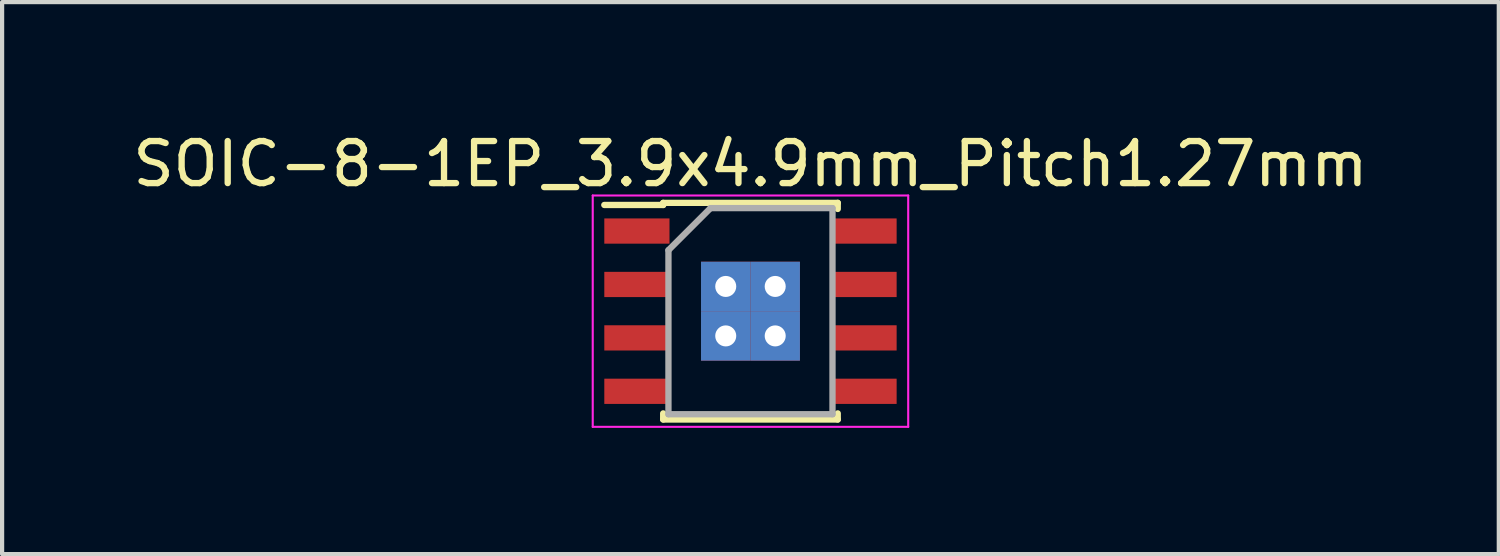
<source format=kicad_pcb>
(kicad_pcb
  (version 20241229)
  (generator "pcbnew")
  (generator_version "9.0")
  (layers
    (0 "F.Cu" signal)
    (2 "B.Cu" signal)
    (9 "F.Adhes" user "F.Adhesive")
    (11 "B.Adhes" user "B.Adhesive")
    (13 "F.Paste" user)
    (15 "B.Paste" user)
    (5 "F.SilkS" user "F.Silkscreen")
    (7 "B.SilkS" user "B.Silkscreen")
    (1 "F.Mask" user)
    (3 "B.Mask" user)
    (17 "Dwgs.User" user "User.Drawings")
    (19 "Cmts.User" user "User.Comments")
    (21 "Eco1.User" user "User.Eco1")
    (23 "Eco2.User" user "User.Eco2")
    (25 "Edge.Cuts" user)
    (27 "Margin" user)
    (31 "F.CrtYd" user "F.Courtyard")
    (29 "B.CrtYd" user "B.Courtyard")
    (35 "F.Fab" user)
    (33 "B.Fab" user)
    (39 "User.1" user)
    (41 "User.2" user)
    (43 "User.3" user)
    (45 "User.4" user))
  (footprint "SOIC-8-1EP_3.9x4.9mm_Pitch1.27mm"
    (layer "F.Cu")
    (at 14.792 4.348)
    (property "Reference" "SOIC-8-1EP_3.9x4.9mm_Pitch1.27mm" (at 0 -3.5 0) (layer "F.SilkS") (effects (font (size 1 1) (thickness 0.15))))
    (attr smd)
    (fp_line (start -2.075 -2.575) (end -2.075 -2.525) (stroke (width 0.15) (type solid)) (layer "F.SilkS"))
    (fp_line (start -2.075 -2.575) (end 2.075 -2.575) (stroke (width 0.15) (type solid)) (layer "F.SilkS"))
    (fp_line (start -2.075 -2.525) (end -3.475 -2.525) (stroke (width 0.15) (type solid)) (layer "F.SilkS"))
    (fp_line (start -2.075 2.575) (end -2.075 2.43) (stroke (width 0.15) (type solid)) (layer "F.SilkS"))
    (fp_line (start -2.075 2.575) (end 2.075 2.575) (stroke (width 0.15) (type solid)) (layer "F.SilkS"))
    (fp_line (start 2.075 -2.575) (end 2.075 -2.43) (stroke (width 0.15) (type solid)) (layer "F.SilkS"))
    (fp_line (start 2.075 2.575) (end 2.075 2.43) (stroke (width 0.15) (type solid)) (layer "F.SilkS"))
    (fp_line (start -3.75 -2.75) (end -3.75 2.75) (stroke (width 0.05) (type solid)) (layer "F.CrtYd"))
    (fp_line (start -3.75 -2.75) (end 3.75 -2.75) (stroke (width 0.05) (type solid)) (layer "F.CrtYd"))
    (fp_line (start -3.75 2.75) (end 3.75 2.75) (stroke (width 0.05) (type solid)) (layer "F.CrtYd"))
    (fp_line (start 3.75 -2.75) (end 3.75 2.75) (stroke (width 0.05) (type solid)) (layer "F.CrtYd"))
    (fp_line (start -1.95 -1.45) (end -0.95 -2.45) (stroke (width 0.15) (type solid)) (layer "F.Fab"))
    (fp_line (start -1.95 2.45) (end -1.95 -1.45) (stroke (width 0.15) (type solid)) (layer "F.Fab"))
    (fp_line (start -0.95 -2.45) (end 1.95 -2.45) (stroke (width 0.15) (type solid)) (layer "F.Fab"))
    (fp_line (start 1.95 -2.45) (end 1.95 2.45) (stroke (width 0.15) (type solid)) (layer "F.Fab"))
    (fp_line (start 1.95 2.45) (end -1.95 2.45) (stroke (width 0.15) (type solid)) (layer "F.Fab"))
    (pad "1" smd rect (at -2.7 -1.905) (size 1.55 0.6) (layers "F.Cu" "F.Mask" "F.Paste"))
    (pad "2" smd rect (at -2.7 -0.635) (size 1.55 0.6) (layers "F.Cu" "F.Mask" "F.Paste"))
    (pad "3" smd rect (at -2.7 0.635) (size 1.55 0.6) (layers "F.Cu" "F.Mask" "F.Paste"))
    (pad "4" smd rect (at -2.7 1.905) (size 1.55 0.6) (layers "F.Cu" "F.Mask" "F.Paste"))
    (pad "5" smd rect (at 2.7 1.905) (size 1.55 0.6) (layers "F.Cu" "F.Mask" "F.Paste"))
    (pad "6" smd rect (at 2.7 0.635) (size 1.55 0.6) (layers "F.Cu" "F.Mask" "F.Paste"))
    (pad "7" smd rect (at 2.7 -0.635) (size 1.55 0.6) (layers "F.Cu" "F.Mask" "F.Paste"))
    (pad "8" smd rect (at 2.7 -1.905) (size 1.55 0.6) (layers "F.Cu" "F.Mask" "F.Paste"))
    (pad "9" thru_hole rect (at -0.588 -0.588) (size 1.175 1.175) (drill 0.5) (layers "*.Cu" "*.Mask" "F.Paste"))
    (pad "9" thru_hole rect (at -0.588 0.588) (size 1.175 1.175) (drill 0.5) (layers "*.Cu" "*.Mask" "F.Paste"))
    (pad "9" thru_hole rect (at 0.588 -0.588) (size 1.175 1.175) (drill 0.5) (layers "*.Cu" "*.Mask" "F.Paste"))
    (pad "9" thru_hole rect (at 0.588 0.588) (size 1.175 1.175) (drill 0.5) (layers "*.Cu" "*.Mask" "F.Paste")))
  (gr_rect
    (start -3 -3)
    (end 32.583 10.123)
    (stroke (width 0.1) (type default))
    (fill no)
    (layer "Edge.Cuts")))
</source>
